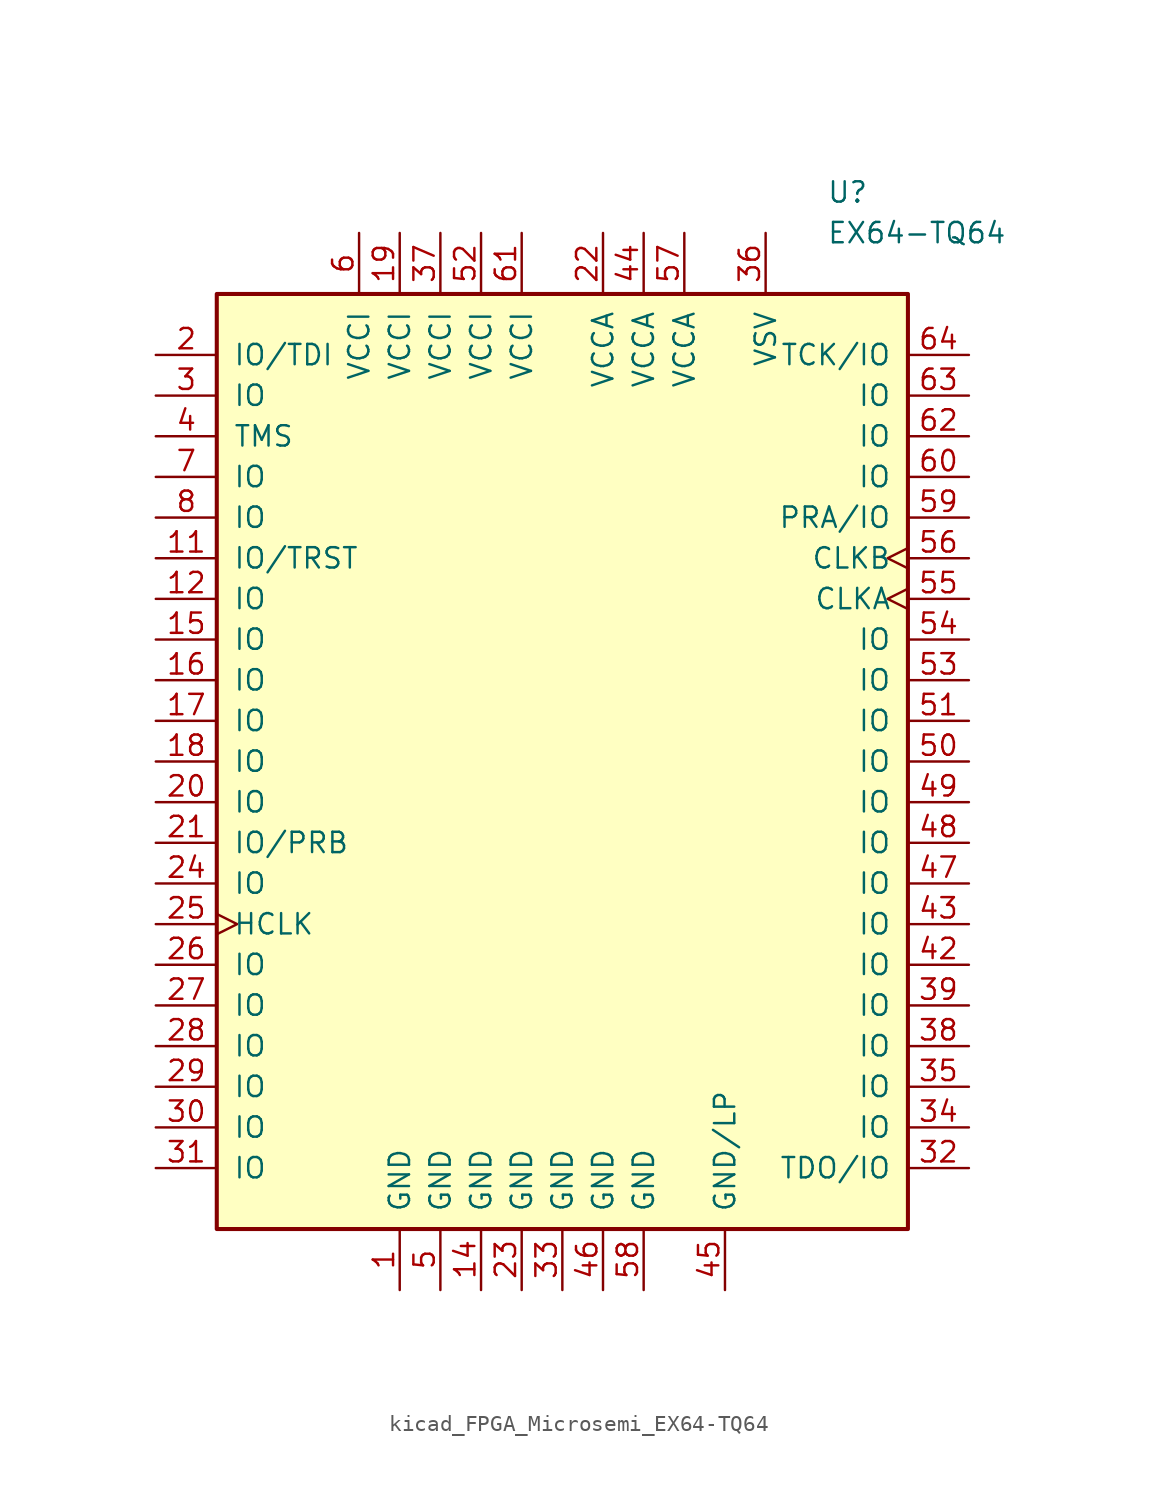
<source format=kicad_sym>
(kicad_symbol_lib
  (version 20220914)
  (generator kicad_symbol_editor)
  (symbol "kicad_FPGA_Microsemi_EX64-TQ64"
    (pin_names
      (offset 1.016))
    (property "Reference" "U"
      (at 16.51 35.56 0)
      (effects (font (size 1.27 1.27)) (justify left)))
    (property "Value" "EX64-TQ64"
      (at 16.51 33.02 0)
      (effects (font (size 1.27 1.27)) (justify left)))
    (symbol "kicad_FPGA_Microsemi_EX64-TQ64_0_1"
      (rectangle (start -21.59 29.21) (end 21.59 -29.21) (stroke (width 0.254) (type default)) (fill (type background))))
    (symbol "kicad_FPGA_Microsemi_EX64-TQ64_1_1"
      (pin power_out line (at -10.16 -33.02 90) (length 3.81) (name "GND" (effects (font (size 1.27 1.27)))) (number "1" (effects (font (size 1.27 1.27)))))
      (pin bidirectional line (at -25.4 12.7 0) (length 3.81) (name "IO/TRST" (effects (font (size 1.27 1.27)))) (number "11" (effects (font (size 1.27 1.27)))))
      (pin bidirectional line (at -25.4 10.16 0) (length 3.81) (name "IO" (effects (font (size 1.27 1.27)))) (number "12" (effects (font (size 1.27 1.27)))))
      (pin power_out line (at -5.08 -33.02 90) (length 3.81) (name "GND" (effects (font (size 1.27 1.27)))) (number "14" (effects (font (size 1.27 1.27)))))
      (pin bidirectional line (at -25.4 7.62 0) (length 3.81) (name "IO" (effects (font (size 1.27 1.27)))) (number "15" (effects (font (size 1.27 1.27)))))
      (pin bidirectional line (at -25.4 5.08 0) (length 3.81) (name "IO" (effects (font (size 1.27 1.27)))) (number "16" (effects (font (size 1.27 1.27)))))
      (pin bidirectional line (at -25.4 2.54 0) (length 3.81) (name "IO" (effects (font (size 1.27 1.27)))) (number "17" (effects (font (size 1.27 1.27)))))
      (pin bidirectional line (at -25.4 0 0) (length 3.81) (name "IO" (effects (font (size 1.27 1.27)))) (number "18" (effects (font (size 1.27 1.27)))))
      (pin power_in line (at -10.16 33.02 270) (length 3.81) (name "VCCI" (effects (font (size 1.27 1.27)))) (number "19" (effects (font (size 1.27 1.27)))))
      (pin bidirectional line (at -25.4 25.4 0) (length 3.81) (name "IO/TDI" (effects (font (size 1.27 1.27)))) (number "2" (effects (font (size 1.27 1.27)))))
      (pin bidirectional line (at -25.4 -2.54 0) (length 3.81) (name "IO" (effects (font (size 1.27 1.27)))) (number "20" (effects (font (size 1.27 1.27)))))
      (pin bidirectional line (at -25.4 -5.08 0) (length 3.81) (name "IO/PRB" (effects (font (size 1.27 1.27)))) (number "21" (effects (font (size 1.27 1.27)))))
      (pin power_in line (at 2.54 33.02 270) (length 3.81) (name "VCCA" (effects (font (size 1.27 1.27)))) (number "22" (effects (font (size 1.27 1.27)))))
      (pin power_out line (at -2.54 -33.02 90) (length 3.81) (name "GND" (effects (font (size 1.27 1.27)))) (number "23" (effects (font (size 1.27 1.27)))))
      (pin bidirectional line (at -25.4 -7.62 0) (length 3.81) (name "IO" (effects (font (size 1.27 1.27)))) (number "24" (effects (font (size 1.27 1.27)))))
      (pin input clock (at -25.4 -10.16 0) (length 3.81) (name "HCLK" (effects (font (size 1.27 1.27)))) (number "25" (effects (font (size 1.27 1.27)))))
      (pin bidirectional line (at -25.4 -12.7 0) (length 3.81) (name "IO" (effects (font (size 1.27 1.27)))) (number "26" (effects (font (size 1.27 1.27)))))
      (pin bidirectional line (at -25.4 -15.24 0) (length 3.81) (name "IO" (effects (font (size 1.27 1.27)))) (number "27" (effects (font (size 1.27 1.27)))))
      (pin bidirectional line (at -25.4 -17.78 0) (length 3.81) (name "IO" (effects (font (size 1.27 1.27)))) (number "28" (effects (font (size 1.27 1.27)))))
      (pin bidirectional line (at -25.4 -20.32 0) (length 3.81) (name "IO" (effects (font (size 1.27 1.27)))) (number "29" (effects (font (size 1.27 1.27)))))
      (pin bidirectional line (at -25.4 22.86 0) (length 3.81) (name "IO" (effects (font (size 1.27 1.27)))) (number "3" (effects (font (size 1.27 1.27)))))
      (pin bidirectional line (at -25.4 -22.86 0) (length 3.81) (name "IO" (effects (font (size 1.27 1.27)))) (number "30" (effects (font (size 1.27 1.27)))))
      (pin bidirectional line (at -25.4 -25.4 0) (length 3.81) (name "IO" (effects (font (size 1.27 1.27)))) (number "31" (effects (font (size 1.27 1.27)))))
      (pin bidirectional line (at 25.4 -25.4 180) (length 3.81) (name "TDO/IO" (effects (font (size 1.27 1.27)))) (number "32" (effects (font (size 1.27 1.27)))))
      (pin power_out line (at 0 -33.02 90) (length 3.81) (name "GND" (effects (font (size 1.27 1.27)))) (number "33" (effects (font (size 1.27 1.27)))))
      (pin bidirectional line (at 25.4 -22.86 180) (length 3.81) (name "IO" (effects (font (size 1.27 1.27)))) (number "34" (effects (font (size 1.27 1.27)))))
      (pin bidirectional line (at 25.4 -20.32 180) (length 3.81) (name "IO" (effects (font (size 1.27 1.27)))) (number "35" (effects (font (size 1.27 1.27)))))
      (pin power_in line (at 12.7 33.02 270) (length 3.81) (name "VSV" (effects (font (size 1.27 1.27)))) (number "36" (effects (font (size 1.27 1.27)))))
      (pin power_in line (at -7.62 33.02 270) (length 3.81) (name "VCCI" (effects (font (size 1.27 1.27)))) (number "37" (effects (font (size 1.27 1.27)))))
      (pin bidirectional line (at 25.4 -17.78 180) (length 3.81) (name "IO" (effects (font (size 1.27 1.27)))) (number "38" (effects (font (size 1.27 1.27)))))
      (pin bidirectional line (at 25.4 -15.24 180) (length 3.81) (name "IO" (effects (font (size 1.27 1.27)))) (number "39" (effects (font (size 1.27 1.27)))))
      (pin input line (at -25.4 20.32 0) (length 3.81) (name "TMS" (effects (font (size 1.27 1.27)))) (number "4" (effects (font (size 1.27 1.27)))))
      (pin bidirectional line (at 25.4 -12.7 180) (length 3.81) (name "IO" (effects (font (size 1.27 1.27)))) (number "42" (effects (font (size 1.27 1.27)))))
      (pin bidirectional line (at 25.4 -10.16 180) (length 3.81) (name "IO" (effects (font (size 1.27 1.27)))) (number "43" (effects (font (size 1.27 1.27)))))
      (pin power_in line (at 5.08 33.02 270) (length 3.81) (name "VCCA" (effects (font (size 1.27 1.27)))) (number "44" (effects (font (size 1.27 1.27)))))
      (pin power_out line (at 10.16 -33.02 90) (length 3.81) (name "GND/LP" (effects (font (size 1.27 1.27)))) (number "45" (effects (font (size 1.27 1.27)))))
      (pin power_out line (at 2.54 -33.02 90) (length 3.81) (name "GND" (effects (font (size 1.27 1.27)))) (number "46" (effects (font (size 1.27 1.27)))))
      (pin bidirectional line (at 25.4 -7.62 180) (length 3.81) (name "IO" (effects (font (size 1.27 1.27)))) (number "47" (effects (font (size 1.27 1.27)))))
      (pin bidirectional line (at 25.4 -5.08 180) (length 3.81) (name "IO" (effects (font (size 1.27 1.27)))) (number "48" (effects (font (size 1.27 1.27)))))
      (pin bidirectional line (at 25.4 -2.54 180) (length 3.81) (name "IO" (effects (font (size 1.27 1.27)))) (number "49" (effects (font (size 1.27 1.27)))))
      (pin power_out line (at -7.62 -33.02 90) (length 3.81) (name "GND" (effects (font (size 1.27 1.27)))) (number "5" (effects (font (size 1.27 1.27)))))
      (pin bidirectional line (at 25.4 0 180) (length 3.81) (name "IO" (effects (font (size 1.27 1.27)))) (number "50" (effects (font (size 1.27 1.27)))))
      (pin bidirectional line (at 25.4 2.54 180) (length 3.81) (name "IO" (effects (font (size 1.27 1.27)))) (number "51" (effects (font (size 1.27 1.27)))))
      (pin power_in line (at -5.08 33.02 270) (length 3.81) (name "VCCI" (effects (font (size 1.27 1.27)))) (number "52" (effects (font (size 1.27 1.27)))))
      (pin bidirectional line (at 25.4 5.08 180) (length 3.81) (name "IO" (effects (font (size 1.27 1.27)))) (number "53" (effects (font (size 1.27 1.27)))))
      (pin bidirectional line (at 25.4 7.62 180) (length 3.81) (name "IO" (effects (font (size 1.27 1.27)))) (number "54" (effects (font (size 1.27 1.27)))))
      (pin input clock (at 25.4 10.16 180) (length 3.81) (name "CLKA" (effects (font (size 1.27 1.27)))) (number "55" (effects (font (size 1.27 1.27)))))
      (pin input clock (at 25.4 12.7 180) (length 3.81) (name "CLKB" (effects (font (size 1.27 1.27)))) (number "56" (effects (font (size 1.27 1.27)))))
      (pin power_in line (at 7.62 33.02 270) (length 3.81) (name "VCCA" (effects (font (size 1.27 1.27)))) (number "57" (effects (font (size 1.27 1.27)))))
      (pin power_out line (at 5.08 -33.02 90) (length 3.81) (name "GND" (effects (font (size 1.27 1.27)))) (number "58" (effects (font (size 1.27 1.27)))))
      (pin bidirectional line (at 25.4 15.24 180) (length 3.81) (name "PRA/IO" (effects (font (size 1.27 1.27)))) (number "59" (effects (font (size 1.27 1.27)))))
      (pin power_in line (at -12.7 33.02 270) (length 3.81) (name "VCCI" (effects (font (size 1.27 1.27)))) (number "6" (effects (font (size 1.27 1.27)))))
      (pin bidirectional line (at 25.4 17.78 180) (length 3.81) (name "IO" (effects (font (size 1.27 1.27)))) (number "60" (effects (font (size 1.27 1.27)))))
      (pin power_in line (at -2.54 33.02 270) (length 3.81) (name "VCCI" (effects (font (size 1.27 1.27)))) (number "61" (effects (font (size 1.27 1.27)))))
      (pin bidirectional line (at 25.4 20.32 180) (length 3.81) (name "IO" (effects (font (size 1.27 1.27)))) (number "62" (effects (font (size 1.27 1.27)))))
      (pin bidirectional line (at 25.4 22.86 180) (length 3.81) (name "IO" (effects (font (size 1.27 1.27)))) (number "63" (effects (font (size 1.27 1.27)))))
      (pin bidirectional line (at 25.4 25.4 180) (length 3.81) (name "TCK/IO" (effects (font (size 1.27 1.27)))) (number "64" (effects (font (size 1.27 1.27)))))
      (pin bidirectional line (at -25.4 17.78 0) (length 3.81) (name "IO" (effects (font (size 1.27 1.27)))) (number "7" (effects (font (size 1.27 1.27)))))
      (pin bidirectional line (at -25.4 15.24 0) (length 3.81) (name "IO" (effects (font (size 1.27 1.27)))) (number "8" (effects (font (size 1.27 1.27))))))))
</source>
